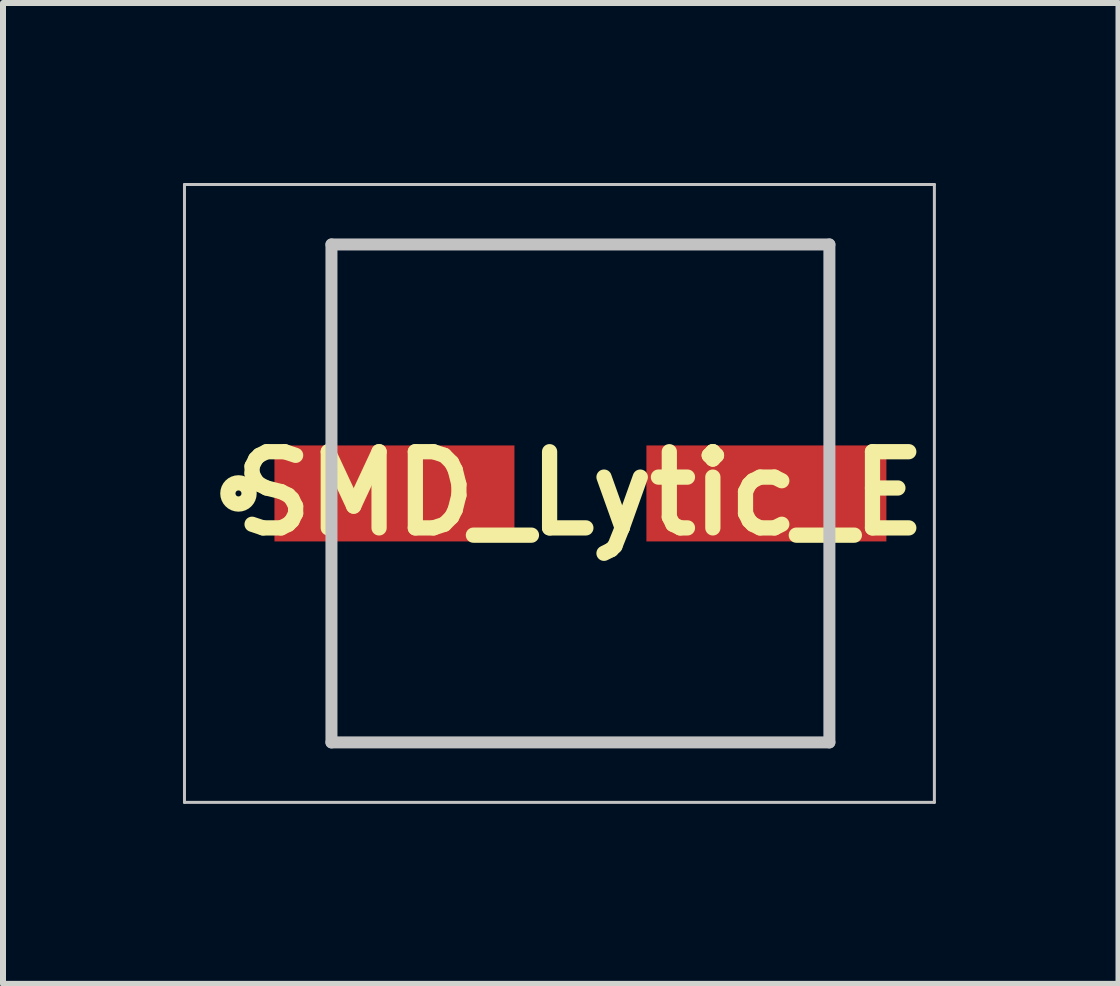
<source format=kicad_pcb>
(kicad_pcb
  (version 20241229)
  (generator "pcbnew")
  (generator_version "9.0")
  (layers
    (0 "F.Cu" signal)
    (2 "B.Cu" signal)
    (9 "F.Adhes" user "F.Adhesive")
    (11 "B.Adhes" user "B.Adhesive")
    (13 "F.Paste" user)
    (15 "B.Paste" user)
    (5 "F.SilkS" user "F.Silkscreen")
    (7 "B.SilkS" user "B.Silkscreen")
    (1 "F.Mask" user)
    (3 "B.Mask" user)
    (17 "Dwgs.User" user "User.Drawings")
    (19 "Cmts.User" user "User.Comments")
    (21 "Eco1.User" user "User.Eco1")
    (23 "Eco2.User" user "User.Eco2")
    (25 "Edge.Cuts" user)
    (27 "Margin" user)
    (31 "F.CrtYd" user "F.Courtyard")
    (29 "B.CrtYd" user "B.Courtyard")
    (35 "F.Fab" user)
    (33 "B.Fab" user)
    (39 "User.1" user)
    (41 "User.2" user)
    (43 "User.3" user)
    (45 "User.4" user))
  (footprint "SMD_Lytic_E"
    (layer "F.Cu")
    (at 6.625 5.175)
    (property "Reference" "SMD_Lytic_E" (at 0 0 0) (layer "F.SilkS") (effects (font (size 1.27 1.27) (thickness 0.254))))
    (attr smd)
    (fp_line (start -4.15 -4.15) (end 4.15 -4.15) (stroke (width 0.1) (type solid)) (layer "F.SilkS"))
    (fp_line (start 4.15 4.15) (end -4.15 4.15) (stroke (width 0.1) (type solid)) (layer "F.SilkS"))
    (fp_circle (center -5.7 0) (end -5.75 0) (stroke (width 0.254) (type solid)) (fill no) (layer "F.SilkS"))
    (fp_line (start -6.6 -5.15) (end 5.9 -5.15) (stroke (width 0.05) (type solid)) (layer "Dwgs.User"))
    (fp_line (start -6.6 5.15) (end -6.6 -5.15) (stroke (width 0.05) (type solid)) (layer "Dwgs.User"))
    (fp_line (start -4.15 -4.15) (end 4.15 -4.15) (stroke (width 0.2) (type solid)) (layer "Dwgs.User"))
    (fp_line (start -4.15 4.15) (end -4.15 -4.15) (stroke (width 0.2) (type solid)) (layer "Dwgs.User"))
    (fp_line (start 4.15 -4.15) (end 4.15 4.15) (stroke (width 0.2) (type solid)) (layer "Dwgs.User"))
    (fp_line (start 4.15 4.15) (end -4.15 4.15) (stroke (width 0.2) (type solid)) (layer "Dwgs.User"))
    (fp_line (start 5.9 -5.15) (end 5.9 5.15) (stroke (width 0.05) (type solid)) (layer "Dwgs.User"))
    (fp_line (start 5.9 5.15) (end -6.6 5.15) (stroke (width 0.05) (type solid)) (layer "Dwgs.User"))
    (pad "1" smd rect (at -3.1 0 90) (size 1.6 4) (layers "F.Cu" "F.Mask" "F.Paste"))
    (pad "2" smd rect (at 3.1 0 90) (size 1.6 4) (layers "F.Cu" "F.Mask" "F.Paste")))
  (gr_rect
    (start -3 -3)
    (end 15.594 13.35)
    (stroke (width 0.1) (type default))
    (fill no)
    (layer "Edge.Cuts")))
</source>
